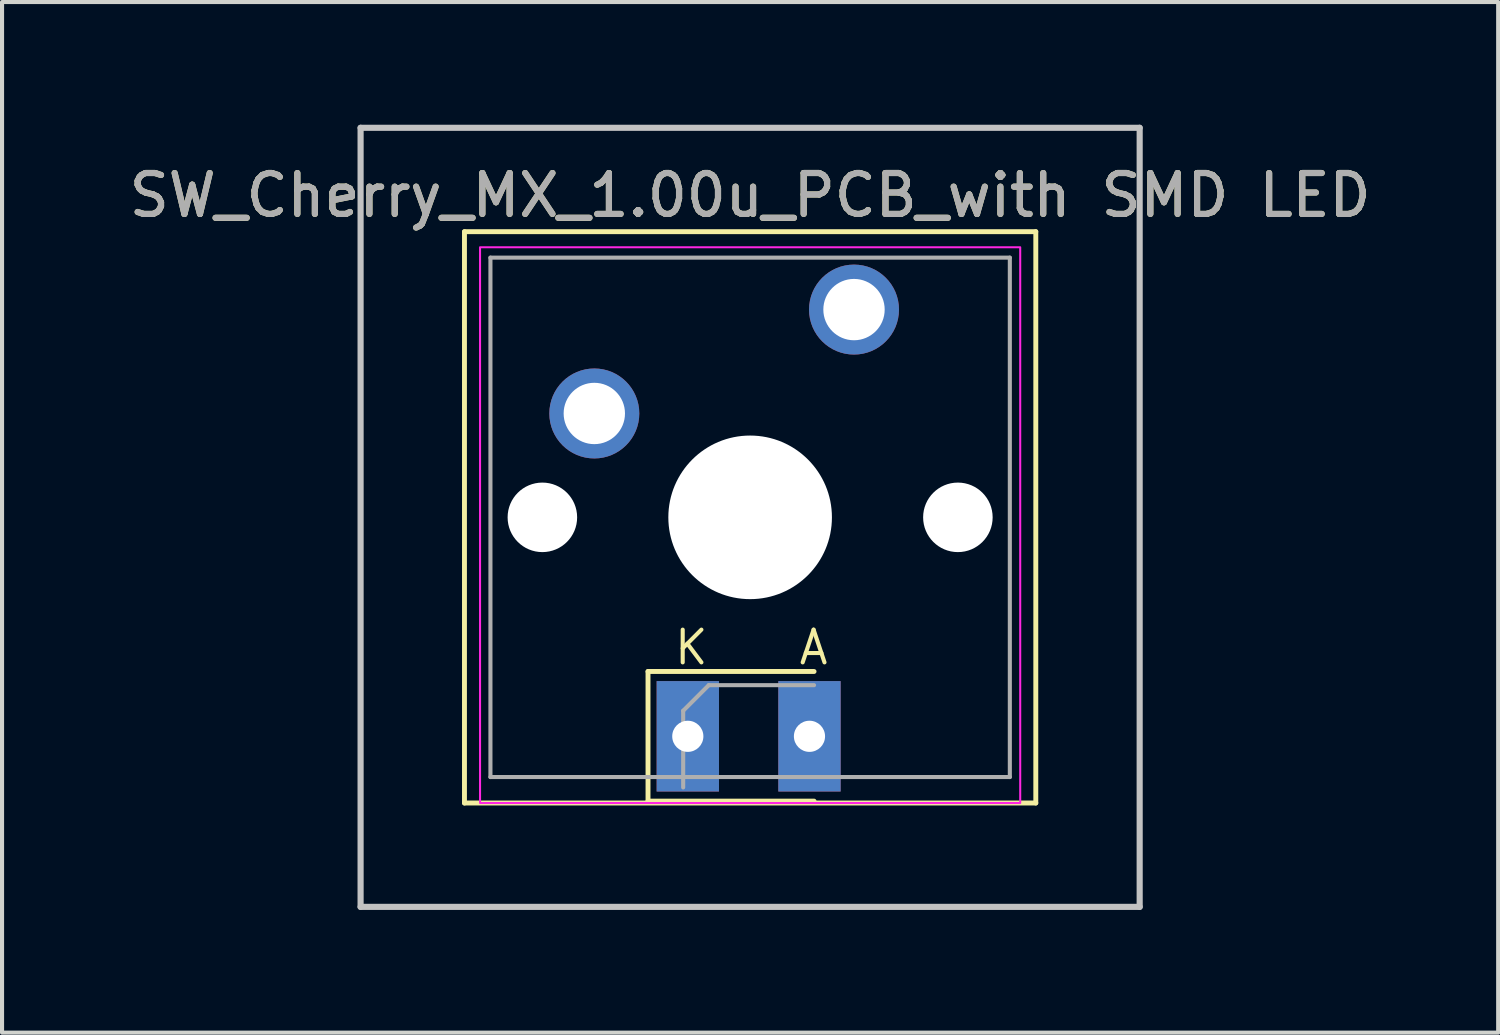
<source format=kicad_pcb>
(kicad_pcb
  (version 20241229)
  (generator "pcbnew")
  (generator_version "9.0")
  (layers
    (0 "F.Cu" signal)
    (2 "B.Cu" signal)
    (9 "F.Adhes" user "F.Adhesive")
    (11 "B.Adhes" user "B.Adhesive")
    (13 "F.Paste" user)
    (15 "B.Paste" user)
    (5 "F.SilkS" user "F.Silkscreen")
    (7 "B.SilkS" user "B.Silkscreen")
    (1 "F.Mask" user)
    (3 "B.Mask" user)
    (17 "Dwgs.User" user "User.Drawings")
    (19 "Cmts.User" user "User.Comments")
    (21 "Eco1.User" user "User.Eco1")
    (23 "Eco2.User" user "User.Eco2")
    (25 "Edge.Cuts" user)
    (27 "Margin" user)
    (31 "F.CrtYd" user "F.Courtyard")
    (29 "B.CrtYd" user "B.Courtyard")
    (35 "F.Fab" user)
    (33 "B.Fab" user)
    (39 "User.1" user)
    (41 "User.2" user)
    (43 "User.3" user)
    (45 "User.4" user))
  (footprint "SW_Cherry_MX_1.00u_PCB_with SMD LED"
    (layer "F.Cu")
    (at 17.832 4.52)
    (property "Reference" "SW_Cherry_MX_1.00u_PCB_with SMD LED" (at -2.54 -2.794 0) (layer "F.SilkS") (effects (font (size 1 1) (thickness 0.15))))
    (attr through_hole)
    (fp_line (start -9.525 -1.905) (end 4.445 -1.905) (stroke (width 0.12) (type solid)) (layer "F.SilkS"))
    (fp_line (start -9.525 12.065) (end -9.525 -1.905) (stroke (width 0.12) (type solid)) (layer "F.SilkS"))
    (fp_line (start -5.037 8.849) (end -5.037 12.019) (stroke (width 0.12) (type solid)) (layer "F.SilkS"))
    (fp_line (start -5.037 12.019) (end -0.977 12.019) (stroke (width 0.12) (type solid)) (layer "F.SilkS"))
    (fp_line (start -0.977 8.849) (end -5.037 8.849) (stroke (width 0.12) (type solid)) (layer "F.SilkS"))
    (fp_line (start 4.445 -1.905) (end 4.445 12.065) (stroke (width 0.12) (type solid)) (layer "F.SilkS"))
    (fp_line (start 4.445 12.065) (end -9.525 12.065) (stroke (width 0.12) (type solid)) (layer "F.SilkS"))
    (fp_line (start -12.065 -4.445) (end 6.985 -4.445) (stroke (width 0.15) (type solid)) (layer "Dwgs.User"))
    (fp_line (start -12.065 14.605) (end -12.065 -4.445) (stroke (width 0.15) (type solid)) (layer "Dwgs.User"))
    (fp_line (start 6.985 -4.445) (end 6.985 14.605) (stroke (width 0.15) (type solid)) (layer "Dwgs.User"))
    (fp_line (start 6.985 14.605) (end -12.065 14.605) (stroke (width 0.15) (type solid)) (layer "Dwgs.User"))
    (fp_rect (start -9.144 -1.524) (end 4.064 12.065) (stroke (width 0.05) (type default)) (fill no) (layer "F.CrtYd"))
    (fp_line (start -8.89 -1.27) (end 3.81 -1.27) (stroke (width 0.1) (type solid)) (layer "F.Fab"))
    (fp_line (start -8.89 11.43) (end -8.89 -1.27) (stroke (width 0.1) (type solid)) (layer "F.Fab"))
    (fp_line (start -4.177 9.809) (end -4.177 11.684) (stroke (width 0.1) (type solid)) (layer "F.Fab"))
    (fp_line (start -3.552 9.184) (end -4.177 9.809) (stroke (width 0.1) (type solid)) (layer "F.Fab"))
    (fp_line (start -0.977 9.184) (end -3.552 9.184) (stroke (width 0.1) (type solid)) (layer "F.Fab"))
    (fp_line (start 3.81 -1.27) (end 3.81 11.43) (stroke (width 0.1) (type solid)) (layer "F.Fab"))
    (fp_line (start 3.81 11.43) (end -8.89 11.43) (stroke (width 0.1) (type solid)) (layer "F.Fab"))
    (fp_text user "A" (at -1.397 8.729 0) (unlocked yes) (layer "F.SilkS") (effects (font (size 0.8 0.8) (thickness 0.1)) (justify left bottom)))
    (fp_text user "K" (at -4.445 8.729 0) (unlocked yes) (layer "F.SilkS") (effects (font (size 0.8 0.8) (thickness 0.1)) (justify left bottom)))
    (fp_text user "${REFERENCE}" (at -2.54 -2.794 0) (layer "F.Fab") (effects (font (size 1 1) (thickness 0.15))))
    (pad "" np_thru_hole circle (at -7.62 5.08) (size 1.7 1.7) (drill 1.7) (layers "*.Cu" "*.Mask"))
    (pad "" np_thru_hole circle (at -2.54 5.08) (size 4 4) (drill 4) (layers "*.Cu" "*.Mask"))
    (pad "" np_thru_hole circle (at 2.54 5.08) (size 1.7 1.7) (drill 1.7) (layers "*.Cu" "*.Mask"))
    (pad "1" thru_hole circle (at 0 0) (size 2.2 2.2) (drill 1.5) (layers "*.Cu" "*.Mask"))
    (pad "2" thru_hole circle (at -6.35 2.54) (size 2.2 2.2) (drill 1.5) (layers "*.Cu" "*.Mask"))
    (pad "3" thru_hole rect (at -4.064 10.434) (size 1.524 2.7) (drill 0.762) (layers "*.Cu" "*.Mask"))
    (pad "4" thru_hole rect (at -1.089 10.434) (size 1.524 2.7) (drill 0.762) (layers "*.Cu" "*.Mask")))
  (gr_rect
    (start -3 -3)
    (end 33.583 22.2)
    (stroke (width 0.1) (type default))
    (fill no)
    (layer "Edge.Cuts")))
</source>
